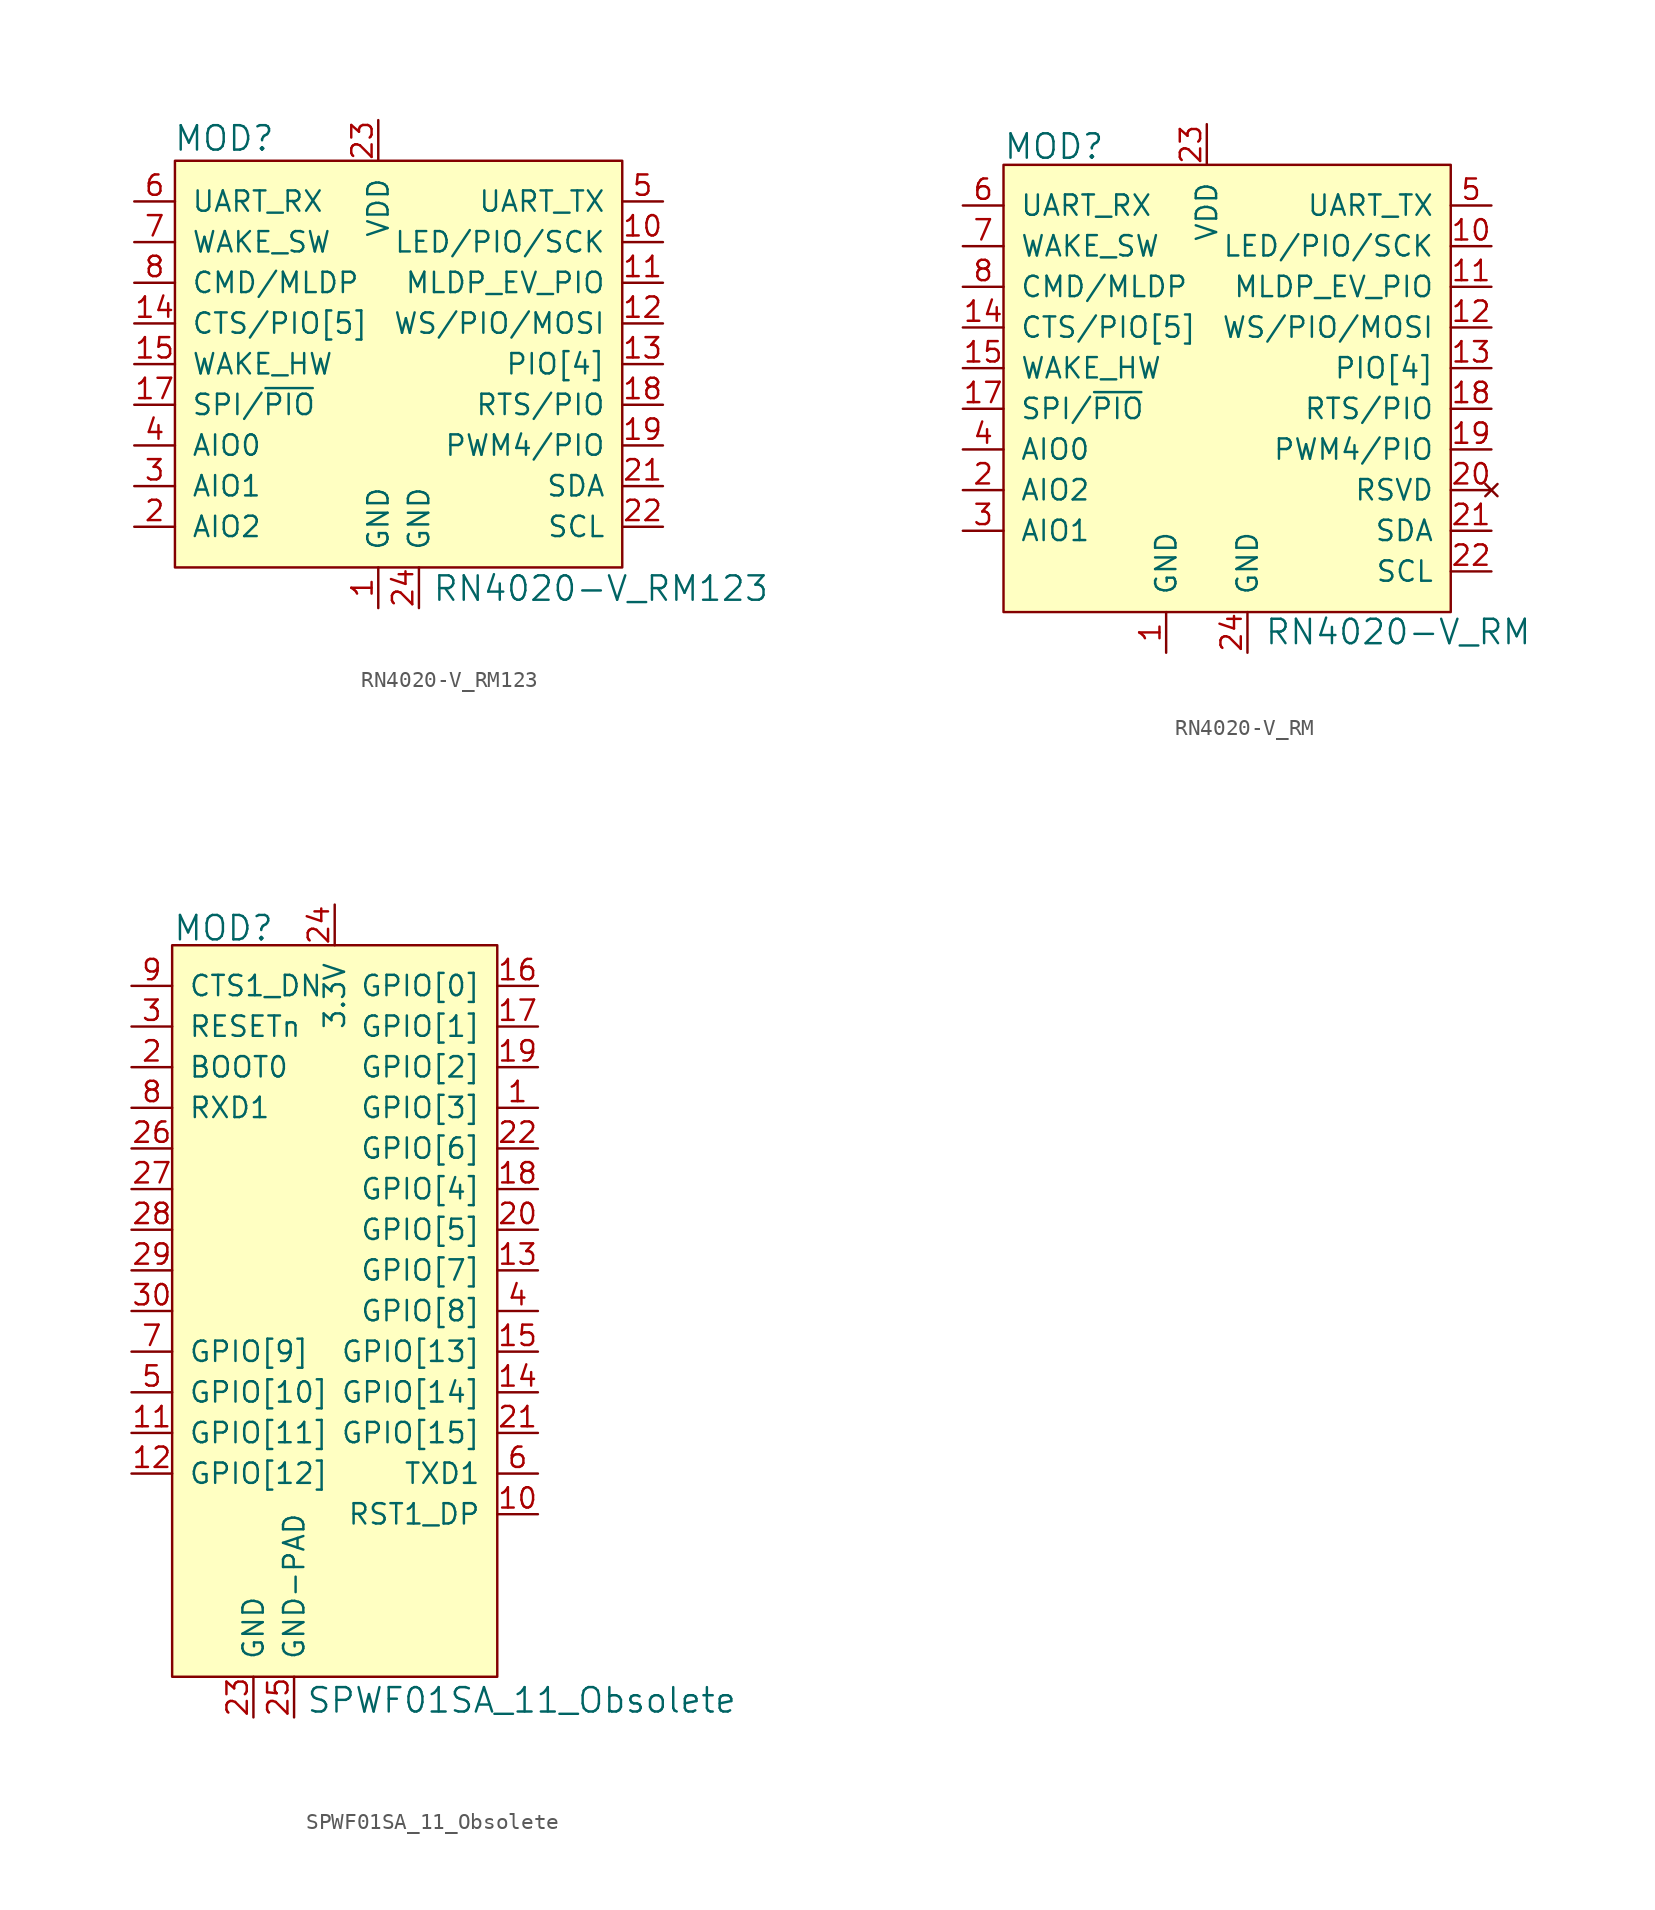
<source format=kicad_sym>
(kicad_symbol_lib
  (version 20231120)
  (generator "kicad_symbol_editor")
  (generator_version "8.0")
  (symbol "RN4020-V_RM123"
    (pin_names
      (offset 1.016))
    (property "Reference" "MOD"
      (at -12.802 14.097 0)
      (effects (font (size 1.524 1.524)) (justify left)))
    (property "Value" "RN4020-V_RM123"
      (at 3.353 -14.021 0)
      (effects (font (size 1.524 1.524)) (justify left)))
    (symbol "RN4020-V_RM123_0_1"
      (rectangle (start -12.7 12.7) (end 15.24 -12.7) (stroke (width 0) (type solid)) (fill (type background))))
    (symbol "RN4020-V_RM123_1_1"
      (pin power_in line (at 0 -15.24 90) (length 2.54) (name "GND" (effects (font (size 1.27 1.27)))) (number "1" (effects (font (size 1.27 1.27)))))
      (pin output line (at 17.78 7.62 180) (length 2.54) (name "LED/PIO/SCK" (effects (font (size 1.27 1.27)))) (number "10" (effects (font (size 1.27 1.27)))))
      (pin output line (at 17.78 5.08 180) (length 2.54) (name "MLDP_EV_PIO" (effects (font (size 1.27 1.27)))) (number "11" (effects (font (size 1.27 1.27)))))
      (pin output line (at 17.78 2.54 180) (length 2.54) (name "WS/PIO/MOSI" (effects (font (size 1.27 1.27)))) (number "12" (effects (font (size 1.27 1.27)))))
      (pin bidirectional line (at 17.78 0 180) (length 2.54) (name "PIO[4]" (effects (font (size 1.27 1.27)))) (number "13" (effects (font (size 1.27 1.27)))))
      (pin input line (at -15.24 2.54 0) (length 2.54) (name "CTS/PIO[5]" (effects (font (size 1.27 1.27)))) (number "14" (effects (font (size 1.27 1.27)))))
      (pin input line (at -15.24 0 0) (length 2.54) (name "WAKE_HW" (effects (font (size 1.27 1.27)))) (number "15" (effects (font (size 1.27 1.27)))))
      (pin input line (at -15.24 -2.54 0) (length 2.54) (name "SPI/~{PIO}" (effects (font (size 1.27 1.27)))) (number "17" (effects (font (size 1.27 1.27)))))
      (pin output line (at 17.78 -2.54 180) (length 2.54) (name "RTS/PIO" (effects (font (size 1.27 1.27)))) (number "18" (effects (font (size 1.27 1.27)))))
      (pin bidirectional line (at 17.78 -5.08 180) (length 2.54) (name "PWM4/PIO" (effects (font (size 1.27 1.27)))) (number "19" (effects (font (size 1.27 1.27)))))
      (pin bidirectional line (at -15.24 -10.16 0) (length 2.54) (name "AIO2" (effects (font (size 1.27 1.27)))) (number "2" (effects (font (size 1.27 1.27)))))
      (pin no_connect line (at -2.54 -12.7 90) (length 2.54) hide (name "RSVD" (effects (font (size 1.27 1.27)))) (number "20" (effects (font (size 1.27 1.27)))))
      (pin bidirectional line (at 17.78 -7.62 180) (length 2.54) (name "SDA" (effects (font (size 1.27 1.27)))) (number "21" (effects (font (size 1.27 1.27)))))
      (pin bidirectional line (at 17.78 -10.16 180) (length 2.54) (name "SCL" (effects (font (size 1.27 1.27)))) (number "22" (effects (font (size 1.27 1.27)))))
      (pin power_in line (at 0 15.24 270) (length 2.54) (name "VDD" (effects (font (size 1.27 1.27)))) (number "23" (effects (font (size 1.27 1.27)))))
      (pin power_in line (at 2.54 -15.24 90) (length 2.54) (name "GND" (effects (font (size 1.27 1.27)))) (number "24" (effects (font (size 1.27 1.27)))))
      (pin bidirectional line (at -15.24 -7.62 0) (length 2.54) (name "AIO1" (effects (font (size 1.27 1.27)))) (number "3" (effects (font (size 1.27 1.27)))))
      (pin bidirectional line (at -15.24 -5.08 0) (length 2.54) (name "AIO0" (effects (font (size 1.27 1.27)))) (number "4" (effects (font (size 1.27 1.27)))))
      (pin output line (at 17.78 10.16 180) (length 2.54) (name "UART_TX" (effects (font (size 1.27 1.27)))) (number "5" (effects (font (size 1.27 1.27)))))
      (pin input line (at -15.24 10.16 0) (length 2.54) (name "UART_RX" (effects (font (size 1.27 1.27)))) (number "6" (effects (font (size 1.27 1.27)))))
      (pin input line (at -15.24 7.62 0) (length 2.54) (name "WAKE_SW" (effects (font (size 1.27 1.27)))) (number "7" (effects (font (size 1.27 1.27)))))
      (pin input line (at -15.24 5.08 0) (length 2.54) (name "CMD/MLDP" (effects (font (size 1.27 1.27)))) (number "8" (effects (font (size 1.27 1.27)))))))
  (symbol "RN4020-V_RM"
    (pin_names
      (offset 1.016))
    (property "Reference" "MOD"
      (at -12.725 13.843 0)
      (effects (font (size 1.524 1.524)) (justify left)))
    (property "Value" "RN4020-V_RM"
      (at 3.581 -16.485 0)
      (effects (font (size 1.524 1.524)) (justify left)))
    (symbol "RN4020-V_RM_0_1"
      (rectangle (start -12.7 12.7) (end 15.24 -15.24) (stroke (width 0) (type solid)) (fill (type background))))
    (symbol "RN4020-V_RM_1_1"
      (pin power_in line (at -2.54 -17.78 90) (length 2.54) (name "GND" (effects (font (size 1.27 1.27)))) (number "1" (effects (font (size 1.27 1.27)))))
      (pin output line (at 17.78 7.62 180) (length 2.54) (name "LED/PIO/SCK" (effects (font (size 1.27 1.27)))) (number "10" (effects (font (size 1.27 1.27)))))
      (pin output line (at 17.78 5.08 180) (length 2.54) (name "MLDP_EV_PIO" (effects (font (size 1.27 1.27)))) (number "11" (effects (font (size 1.27 1.27)))))
      (pin output line (at 17.78 2.54 180) (length 2.54) (name "WS/PIO/MOSI" (effects (font (size 1.27 1.27)))) (number "12" (effects (font (size 1.27 1.27)))))
      (pin bidirectional line (at 17.78 0 180) (length 2.54) (name "PIO[4]" (effects (font (size 1.27 1.27)))) (number "13" (effects (font (size 1.27 1.27)))))
      (pin input line (at -15.24 2.54 0) (length 2.54) (name "CTS/PIO[5]" (effects (font (size 1.27 1.27)))) (number "14" (effects (font (size 1.27 1.27)))))
      (pin input line (at -15.24 0 0) (length 2.54) (name "WAKE_HW" (effects (font (size 1.27 1.27)))) (number "15" (effects (font (size 1.27 1.27)))))
      (pin input line (at -15.24 -2.54 0) (length 2.54) (name "SPI/~{PIO}" (effects (font (size 1.27 1.27)))) (number "17" (effects (font (size 1.27 1.27)))))
      (pin output line (at 17.78 -2.54 180) (length 2.54) (name "RTS/PIO" (effects (font (size 1.27 1.27)))) (number "18" (effects (font (size 1.27 1.27)))))
      (pin bidirectional line (at 17.78 -5.08 180) (length 2.54) (name "PWM4/PIO" (effects (font (size 1.27 1.27)))) (number "19" (effects (font (size 1.27 1.27)))))
      (pin bidirectional line (at -15.24 -7.62 0) (length 2.54) (name "AIO2" (effects (font (size 1.27 1.27)))) (number "2" (effects (font (size 1.27 1.27)))))
      (pin no_connect line (at 17.78 -7.62 180) (length 2.54) (name "RSVD" (effects (font (size 1.27 1.27)))) (number "20" (effects (font (size 1.27 1.27)))))
      (pin bidirectional line (at 17.78 -10.16 180) (length 2.54) (name "SDA" (effects (font (size 1.27 1.27)))) (number "21" (effects (font (size 1.27 1.27)))))
      (pin bidirectional line (at 17.78 -12.7 180) (length 2.54) (name "SCL" (effects (font (size 1.27 1.27)))) (number "22" (effects (font (size 1.27 1.27)))))
      (pin power_in line (at 0 15.24 270) (length 2.54) (name "VDD" (effects (font (size 1.27 1.27)))) (number "23" (effects (font (size 1.27 1.27)))))
      (pin power_in line (at 2.54 -17.78 90) (length 2.54) (name "GND" (effects (font (size 1.27 1.27)))) (number "24" (effects (font (size 1.27 1.27)))))
      (pin bidirectional line (at -15.24 -10.16 0) (length 2.54) (name "AIO1" (effects (font (size 1.27 1.27)))) (number "3" (effects (font (size 1.27 1.27)))))
      (pin bidirectional line (at -15.24 -5.08 0) (length 2.54) (name "AIO0" (effects (font (size 1.27 1.27)))) (number "4" (effects (font (size 1.27 1.27)))))
      (pin output line (at 17.78 10.16 180) (length 2.54) (name "UART_TX" (effects (font (size 1.27 1.27)))) (number "5" (effects (font (size 1.27 1.27)))))
      (pin input line (at -15.24 10.16 0) (length 2.54) (name "UART_RX" (effects (font (size 1.27 1.27)))) (number "6" (effects (font (size 1.27 1.27)))))
      (pin input line (at -15.24 7.62 0) (length 2.54) (name "WAKE_SW" (effects (font (size 1.27 1.27)))) (number "7" (effects (font (size 1.27 1.27)))))
      (pin input line (at -15.24 5.08 0) (length 2.54) (name "CMD/MLDP" (effects (font (size 1.27 1.27)))) (number "8" (effects (font (size 1.27 1.27)))))))
  (symbol "SPWF01SA_11_Obsolete"
    (pin_names
      (offset 1.016))
    (property "Reference" "MOD"
      (at -10.135 6.147 0)
      (effects (font (size 1.524 1.524)) (justify left)))
    (property "Value" "SPWF01SA_11_Obsolete"
      (at -1.803 -42.113 0)
      (effects (font (size 1.524 1.524)) (justify left)))
    (symbol "SPWF01SA_11_Obsolete_0_1"
      (rectangle (start -10.16 5.08) (end 10.16 -40.64) (stroke (width 0) (type solid)) (fill (type background))))
    (symbol "SPWF01SA_11_Obsolete_1_1"
      (pin bidirectional line (at 12.7 -5.08 180) (length 2.54) (name "GPIO[3]" (effects (font (size 1.27 1.27)))) (number "1" (effects (font (size 1.27 1.27)))))
      (pin output line (at 12.7 -30.48 180) (length 2.54) (name "RST1_DP" (effects (font (size 1.27 1.27)))) (number "10" (effects (font (size 1.27 1.27)))))
      (pin bidirectional line (at -12.7 -25.4 0) (length 2.54) (name "GPIO[11]" (effects (font (size 1.27 1.27)))) (number "11" (effects (font (size 1.27 1.27)))))
      (pin bidirectional line (at -12.7 -27.94 0) (length 2.54) (name "GPIO[12]" (effects (font (size 1.27 1.27)))) (number "12" (effects (font (size 1.27 1.27)))))
      (pin bidirectional line (at 12.7 -15.24 180) (length 2.54) (name "GPIO[7]" (effects (font (size 1.27 1.27)))) (number "13" (effects (font (size 1.27 1.27)))))
      (pin bidirectional line (at 12.7 -22.86 180) (length 2.54) (name "GPIO[14]" (effects (font (size 1.27 1.27)))) (number "14" (effects (font (size 1.27 1.27)))))
      (pin bidirectional line (at 12.7 -20.32 180) (length 2.54) (name "GPIO[13]" (effects (font (size 1.27 1.27)))) (number "15" (effects (font (size 1.27 1.27)))))
      (pin bidirectional line (at 12.7 2.54 180) (length 2.54) (name "GPIO[0]" (effects (font (size 1.27 1.27)))) (number "16" (effects (font (size 1.27 1.27)))))
      (pin bidirectional line (at 12.7 0 180) (length 2.54) (name "GPIO[1]" (effects (font (size 1.27 1.27)))) (number "17" (effects (font (size 1.27 1.27)))))
      (pin bidirectional line (at 12.7 -10.16 180) (length 2.54) (name "GPIO[4]" (effects (font (size 1.27 1.27)))) (number "18" (effects (font (size 1.27 1.27)))))
      (pin bidirectional line (at 12.7 -2.54 180) (length 2.54) (name "GPIO[2]" (effects (font (size 1.27 1.27)))) (number "19" (effects (font (size 1.27 1.27)))))
      (pin input line (at -12.7 -2.54 0) (length 2.54) (name "BOOT0" (effects (font (size 1.27 1.27)))) (number "2" (effects (font (size 1.27 1.27)))))
      (pin bidirectional line (at 12.7 -12.7 180) (length 2.54) (name "GPIO[5]" (effects (font (size 1.27 1.27)))) (number "20" (effects (font (size 1.27 1.27)))))
      (pin bidirectional line (at 12.7 -25.4 180) (length 2.54) (name "GPIO[15]" (effects (font (size 1.27 1.27)))) (number "21" (effects (font (size 1.27 1.27)))))
      (pin bidirectional line (at 12.7 -7.62 180) (length 2.54) (name "GPIO[6]" (effects (font (size 1.27 1.27)))) (number "22" (effects (font (size 1.27 1.27)))))
      (pin power_in line (at -5.08 -43.18 90) (length 2.54) (name "GND" (effects (font (size 1.27 1.27)))) (number "23" (effects (font (size 1.27 1.27)))))
      (pin power_in line (at 0 7.62 270) (length 2.54) (name "3.3V" (effects (font (size 1.27 1.27)))) (number "24" (effects (font (size 1.27 1.27)))))
      (pin power_in line (at -2.54 -43.18 90) (length 2.54) (name "GND-PAD" (effects (font (size 1.27 1.27)))) (number "25" (effects (font (size 1.27 1.27)))))
      (pin unspecified line (at -12.7 -7.62 0) (length 2.54) (name "~" (effects (font (size 1.27 1.27)))) (number "26" (effects (font (size 1.27 1.27)))))
      (pin unspecified line (at -12.7 -10.16 0) (length 2.54) (name "~" (effects (font (size 1.27 1.27)))) (number "27" (effects (font (size 1.27 1.27)))))
      (pin unspecified line (at -12.7 -12.7 0) (length 2.54) (name "~" (effects (font (size 1.27 1.27)))) (number "28" (effects (font (size 1.27 1.27)))))
      (pin unspecified line (at -12.7 -15.24 0) (length 2.54) (name "~" (effects (font (size 1.27 1.27)))) (number "29" (effects (font (size 1.27 1.27)))))
      (pin input line (at -12.7 0 0) (length 2.54) (name "RESETn" (effects (font (size 1.27 1.27)))) (number "3" (effects (font (size 1.27 1.27)))))
      (pin unspecified line (at -12.7 -17.78 0) (length 2.54) (name "~" (effects (font (size 1.27 1.27)))) (number "30" (effects (font (size 1.27 1.27)))))
      (pin bidirectional line (at 12.7 -17.78 180) (length 2.54) (name "GPIO[8]" (effects (font (size 1.27 1.27)))) (number "4" (effects (font (size 1.27 1.27)))))
      (pin bidirectional line (at -12.7 -22.86 0) (length 2.54) (name "GPIO[10]" (effects (font (size 1.27 1.27)))) (number "5" (effects (font (size 1.27 1.27)))))
      (pin output line (at 12.7 -27.94 180) (length 2.54) (name "TXD1" (effects (font (size 1.27 1.27)))) (number "6" (effects (font (size 1.27 1.27)))))
      (pin bidirectional line (at -12.7 -20.32 0) (length 2.54) (name "GPIO[9]" (effects (font (size 1.27 1.27)))) (number "7" (effects (font (size 1.27 1.27)))))
      (pin input line (at -12.7 -5.08 0) (length 2.54) (name "RXD1" (effects (font (size 1.27 1.27)))) (number "8" (effects (font (size 1.27 1.27)))))
      (pin input line (at -12.7 2.54 0) (length 2.54) (name "CTS1_DN" (effects (font (size 1.27 1.27)))) (number "9" (effects (font (size 1.27 1.27))))))))
</source>
